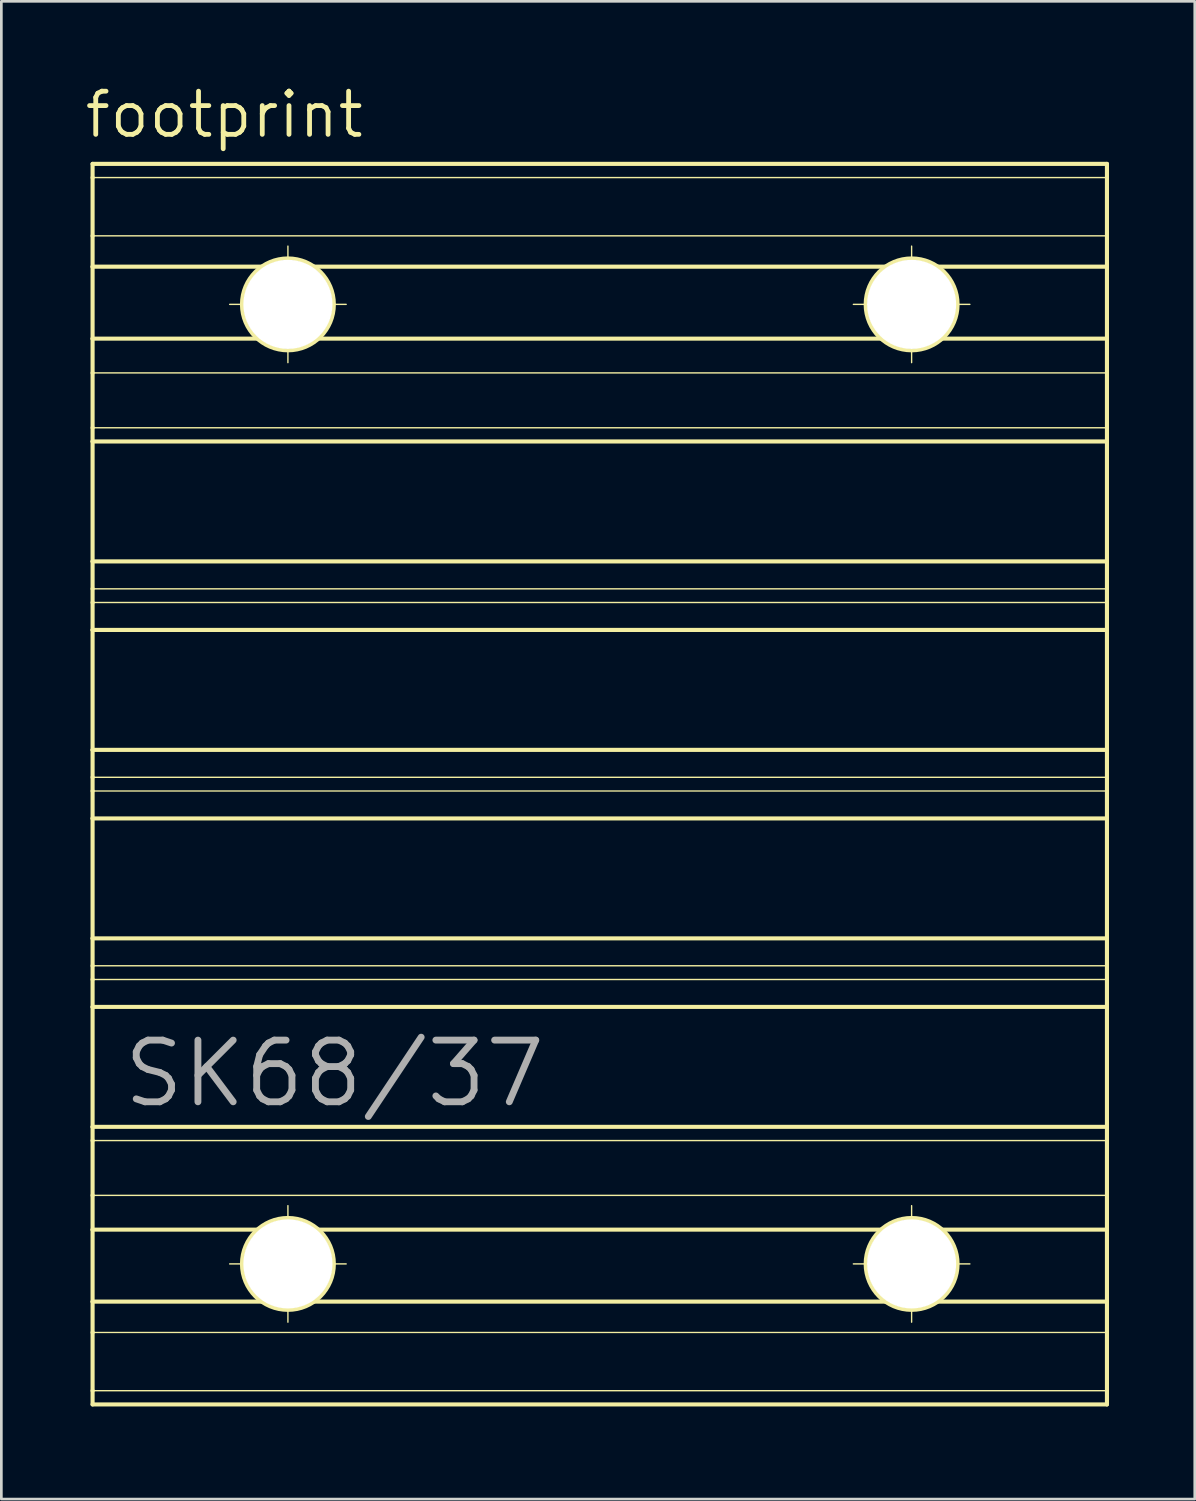
<source format=kicad_pcb>
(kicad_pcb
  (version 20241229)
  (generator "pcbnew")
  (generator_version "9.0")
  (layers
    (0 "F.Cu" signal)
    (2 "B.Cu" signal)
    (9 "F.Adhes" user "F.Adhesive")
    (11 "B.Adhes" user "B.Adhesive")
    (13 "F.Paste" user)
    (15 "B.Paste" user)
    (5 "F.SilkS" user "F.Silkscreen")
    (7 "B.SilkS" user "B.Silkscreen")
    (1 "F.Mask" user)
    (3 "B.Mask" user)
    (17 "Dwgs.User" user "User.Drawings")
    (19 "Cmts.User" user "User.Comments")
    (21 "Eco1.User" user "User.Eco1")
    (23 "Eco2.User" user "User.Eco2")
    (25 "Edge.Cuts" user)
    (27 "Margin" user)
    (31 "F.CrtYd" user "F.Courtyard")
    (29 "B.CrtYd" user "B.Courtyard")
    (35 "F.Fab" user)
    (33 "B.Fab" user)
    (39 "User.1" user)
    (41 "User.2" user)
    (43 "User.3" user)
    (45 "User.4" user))
  (footprint "footprint"
    (layer "F.Cu")
    (at 19.177 26.01)
    (property "Reference" "footprint" (at -19.177 -23.876 0) (layer "F.SilkS") (effects (font (size 1.6 1.6) (thickness 0.178)) (justify left bottom)))
    (fp_line (start -18.796 -22.987) (end -18.796 -22.479) (stroke (width 0.152) (type solid)) (layer "F.SilkS"))
    (fp_line (start -18.796 -22.479) (end -18.796 -20.32) (stroke (width 0.152) (type solid)) (layer "F.SilkS"))
    (fp_line (start -18.796 -22.479) (end 18.796 -22.479) (stroke (width 0.051) (type solid)) (layer "F.SilkS"))
    (fp_line (start -18.796 -20.32) (end -18.796 -19.177) (stroke (width 0.152) (type solid)) (layer "F.SilkS"))
    (fp_line (start -18.796 -20.32) (end 18.796 -20.32) (stroke (width 0.051) (type solid)) (layer "F.SilkS"))
    (fp_line (start -18.796 -19.177) (end -18.796 -16.51) (stroke (width 0.152) (type solid)) (layer "F.SilkS"))
    (fp_line (start -18.796 -19.177) (end 18.796 -19.177) (stroke (width 0.152) (type solid)) (layer "F.SilkS"))
    (fp_line (start -18.796 -16.51) (end -18.796 -15.24) (stroke (width 0.152) (type solid)) (layer "F.SilkS"))
    (fp_line (start -18.796 -16.51) (end 18.796 -16.51) (stroke (width 0.152) (type solid)) (layer "F.SilkS"))
    (fp_line (start -18.796 -15.24) (end -18.796 -13.208) (stroke (width 0.152) (type solid)) (layer "F.SilkS"))
    (fp_line (start -18.796 -15.24) (end 18.796 -15.24) (stroke (width 0.051) (type solid)) (layer "F.SilkS"))
    (fp_line (start -18.796 -13.208) (end -18.796 -12.7) (stroke (width 0.152) (type solid)) (layer "F.SilkS"))
    (fp_line (start -18.796 -13.208) (end 18.796 -13.208) (stroke (width 0.051) (type solid)) (layer "F.SilkS"))
    (fp_line (start -18.796 -12.7) (end -18.796 -8.255) (stroke (width 0.152) (type solid)) (layer "F.SilkS"))
    (fp_line (start -18.796 -12.7) (end 18.796 -12.7) (stroke (width 0.152) (type solid)) (layer "F.SilkS"))
    (fp_line (start -18.796 -8.255) (end -18.796 -7.239) (stroke (width 0.152) (type solid)) (layer "F.SilkS"))
    (fp_line (start -18.796 -8.255) (end 18.796 -8.255) (stroke (width 0.152) (type solid)) (layer "F.SilkS"))
    (fp_line (start -18.796 -7.239) (end -18.796 -6.731) (stroke (width 0.152) (type solid)) (layer "F.SilkS"))
    (fp_line (start -18.796 -6.731) (end -18.796 -5.715) (stroke (width 0.152) (type solid)) (layer "F.SilkS"))
    (fp_line (start -18.796 -6.731) (end 18.796 -6.731) (stroke (width 0.051) (type solid)) (layer "F.SilkS"))
    (fp_line (start -18.796 -5.715) (end -18.796 -1.27) (stroke (width 0.152) (type solid)) (layer "F.SilkS"))
    (fp_line (start -18.796 -5.715) (end 18.796 -5.715) (stroke (width 0.152) (type solid)) (layer "F.SilkS"))
    (fp_line (start -18.796 -1.27) (end -18.796 -0.254) (stroke (width 0.152) (type solid)) (layer "F.SilkS"))
    (fp_line (start -18.796 -1.27) (end 18.796 -1.27) (stroke (width 0.152) (type solid)) (layer "F.SilkS"))
    (fp_line (start -18.796 -0.254) (end -18.796 0.254) (stroke (width 0.152) (type solid)) (layer "F.SilkS"))
    (fp_line (start -18.796 -0.254) (end 18.796 -0.254) (stroke (width 0.051) (type solid)) (layer "F.SilkS"))
    (fp_line (start -18.796 0.254) (end -18.796 1.27) (stroke (width 0.152) (type solid)) (layer "F.SilkS"))
    (fp_line (start -18.796 0.254) (end 18.796 0.254) (stroke (width 0.051) (type solid)) (layer "F.SilkS"))
    (fp_line (start -18.796 1.27) (end -18.796 5.715) (stroke (width 0.152) (type solid)) (layer "F.SilkS"))
    (fp_line (start -18.796 1.27) (end 18.796 1.27) (stroke (width 0.152) (type solid)) (layer "F.SilkS"))
    (fp_line (start -18.796 5.715) (end -18.796 6.731) (stroke (width 0.152) (type solid)) (layer "F.SilkS"))
    (fp_line (start -18.796 5.715) (end 18.796 5.715) (stroke (width 0.152) (type solid)) (layer "F.SilkS"))
    (fp_line (start -18.796 6.731) (end -18.796 7.239) (stroke (width 0.152) (type solid)) (layer "F.SilkS"))
    (fp_line (start -18.796 6.731) (end 18.796 6.731) (stroke (width 0.051) (type solid)) (layer "F.SilkS"))
    (fp_line (start -18.796 7.239) (end -18.796 8.255) (stroke (width 0.152) (type solid)) (layer "F.SilkS"))
    (fp_line (start -18.796 7.239) (end 18.796 7.239) (stroke (width 0.051) (type solid)) (layer "F.SilkS"))
    (fp_line (start -18.796 8.255) (end -18.796 12.7) (stroke (width 0.152) (type solid)) (layer "F.SilkS"))
    (fp_line (start -18.796 8.255) (end 18.796 8.255) (stroke (width 0.152) (type solid)) (layer "F.SilkS"))
    (fp_line (start -18.796 12.7) (end -18.796 13.208) (stroke (width 0.152) (type solid)) (layer "F.SilkS"))
    (fp_line (start -18.796 13.208) (end -18.796 15.24) (stroke (width 0.152) (type solid)) (layer "F.SilkS"))
    (fp_line (start -18.796 15.24) (end -18.796 16.51) (stroke (width 0.152) (type solid)) (layer "F.SilkS"))
    (fp_line (start -18.796 16.51) (end -18.796 19.177) (stroke (width 0.152) (type solid)) (layer "F.SilkS"))
    (fp_line (start -18.796 19.177) (end -18.796 20.32) (stroke (width 0.152) (type solid)) (layer "F.SilkS"))
    (fp_line (start -18.796 20.32) (end -18.796 22.479) (stroke (width 0.152) (type solid)) (layer "F.SilkS"))
    (fp_line (start -18.796 22.479) (end -18.796 22.987) (stroke (width 0.152) (type solid)) (layer "F.SilkS"))
    (fp_line (start -18.796 22.987) (end 18.796 22.987) (stroke (width 0.152) (type solid)) (layer "F.SilkS"))
    (fp_line (start -13.716 -17.78) (end -9.398 -17.78) (stroke (width 0.051) (type solid)) (layer "F.SilkS"))
    (fp_line (start -13.716 17.78) (end -9.398 17.78) (stroke (width 0.051) (type solid)) (layer "F.SilkS"))
    (fp_line (start -11.557 -19.939) (end -11.557 -15.621) (stroke (width 0.051) (type solid)) (layer "F.SilkS"))
    (fp_line (start -11.557 15.621) (end -11.557 19.939) (stroke (width 0.051) (type solid)) (layer "F.SilkS"))
    (fp_line (start 9.398 -17.78) (end 13.716 -17.78) (stroke (width 0.051) (type solid)) (layer "F.SilkS"))
    (fp_line (start 9.398 17.78) (end 13.716 17.78) (stroke (width 0.051) (type solid)) (layer "F.SilkS"))
    (fp_line (start 11.557 -19.939) (end 11.557 -15.621) (stroke (width 0.051) (type solid)) (layer "F.SilkS"))
    (fp_line (start 11.557 15.621) (end 11.557 19.939) (stroke (width 0.051) (type solid)) (layer "F.SilkS"))
    (fp_line (start 18.796 -22.987) (end -18.796 -22.987) (stroke (width 0.152) (type solid)) (layer "F.SilkS"))
    (fp_line (start 18.796 -22.479) (end 18.796 -22.987) (stroke (width 0.152) (type solid)) (layer "F.SilkS"))
    (fp_line (start 18.796 -20.32) (end 18.796 -22.479) (stroke (width 0.152) (type solid)) (layer "F.SilkS"))
    (fp_line (start 18.796 -19.177) (end 18.796 -20.32) (stroke (width 0.152) (type solid)) (layer "F.SilkS"))
    (fp_line (start 18.796 -19.177) (end 18.796 -16.51) (stroke (width 0.152) (type solid)) (layer "F.SilkS"))
    (fp_line (start 18.796 -15.24) (end 18.796 -16.51) (stroke (width 0.152) (type solid)) (layer "F.SilkS"))
    (fp_line (start 18.796 -15.24) (end 18.796 -13.208) (stroke (width 0.152) (type solid)) (layer "F.SilkS"))
    (fp_line (start 18.796 -12.7) (end 18.796 -13.208) (stroke (width 0.152) (type solid)) (layer "F.SilkS"))
    (fp_line (start 18.796 -12.7) (end 18.796 -8.255) (stroke (width 0.152) (type solid)) (layer "F.SilkS"))
    (fp_line (start 18.796 -8.255) (end 18.796 -7.239) (stroke (width 0.152) (type solid)) (layer "F.SilkS"))
    (fp_line (start 18.796 -7.239) (end -18.796 -7.239) (stroke (width 0.051) (type solid)) (layer "F.SilkS"))
    (fp_line (start 18.796 -7.239) (end 18.796 -6.731) (stroke (width 0.152) (type solid)) (layer "F.SilkS"))
    (fp_line (start 18.796 -5.715) (end 18.796 -6.731) (stroke (width 0.152) (type solid)) (layer "F.SilkS"))
    (fp_line (start 18.796 -5.715) (end 18.796 -1.27) (stroke (width 0.152) (type solid)) (layer "F.SilkS"))
    (fp_line (start 18.796 -0.254) (end 18.796 -1.27) (stroke (width 0.152) (type solid)) (layer "F.SilkS"))
    (fp_line (start 18.796 -0.254) (end 18.796 0.254) (stroke (width 0.152) (type solid)) (layer "F.SilkS"))
    (fp_line (start 18.796 1.27) (end 18.796 0.254) (stroke (width 0.152) (type solid)) (layer "F.SilkS"))
    (fp_line (start 18.796 1.27) (end 18.796 5.715) (stroke (width 0.152) (type solid)) (layer "F.SilkS"))
    (fp_line (start 18.796 6.731) (end 18.796 5.715) (stroke (width 0.152) (type solid)) (layer "F.SilkS"))
    (fp_line (start 18.796 6.731) (end 18.796 7.239) (stroke (width 0.152) (type solid)) (layer "F.SilkS"))
    (fp_line (start 18.796 8.255) (end 18.796 7.239) (stroke (width 0.152) (type solid)) (layer "F.SilkS"))
    (fp_line (start 18.796 12.7) (end -18.796 12.7) (stroke (width 0.152) (type solid)) (layer "F.SilkS"))
    (fp_line (start 18.796 12.7) (end 18.796 8.255) (stroke (width 0.152) (type solid)) (layer "F.SilkS"))
    (fp_line (start 18.796 12.7) (end 18.796 13.208) (stroke (width 0.152) (type solid)) (layer "F.SilkS"))
    (fp_line (start 18.796 13.208) (end -18.796 13.208) (stroke (width 0.051) (type solid)) (layer "F.SilkS"))
    (fp_line (start 18.796 13.208) (end 18.796 15.24) (stroke (width 0.152) (type solid)) (layer "F.SilkS"))
    (fp_line (start 18.796 15.24) (end -18.796 15.24) (stroke (width 0.051) (type solid)) (layer "F.SilkS"))
    (fp_line (start 18.796 15.24) (end 18.796 16.51) (stroke (width 0.152) (type solid)) (layer "F.SilkS"))
    (fp_line (start 18.796 16.51) (end -18.796 16.51) (stroke (width 0.152) (type solid)) (layer "F.SilkS"))
    (fp_line (start 18.796 16.51) (end 18.796 19.177) (stroke (width 0.152) (type solid)) (layer "F.SilkS"))
    (fp_line (start 18.796 19.177) (end -18.796 19.177) (stroke (width 0.152) (type solid)) (layer "F.SilkS"))
    (fp_line (start 18.796 19.177) (end 18.796 20.32) (stroke (width 0.152) (type solid)) (layer "F.SilkS"))
    (fp_line (start 18.796 20.32) (end -18.796 20.32) (stroke (width 0.051) (type solid)) (layer "F.SilkS"))
    (fp_line (start 18.796 20.32) (end 18.796 22.479) (stroke (width 0.152) (type solid)) (layer "F.SilkS"))
    (fp_line (start 18.796 22.479) (end -18.796 22.479) (stroke (width 0.051) (type solid)) (layer "F.SilkS"))
    (fp_line (start 18.796 22.479) (end 18.796 22.987) (stroke (width 0.152) (type solid)) (layer "F.SilkS"))
    (fp_circle (center -11.557 -17.78) (end -9.855 -17.78) (stroke (width 0.152) (type solid)) (fill no) (layer "F.SilkS"))
    (fp_circle (center -11.557 17.78) (end -9.855 17.78) (stroke (width 0.152) (type solid)) (fill no) (layer "F.SilkS"))
    (fp_circle (center 11.557 -17.78) (end 13.259 -17.78) (stroke (width 0.152) (type solid)) (fill no) (layer "F.SilkS"))
    (fp_circle (center 11.557 17.78) (end 13.259 17.78) (stroke (width 0.152) (type solid)) (fill no) (layer "F.SilkS"))
    (fp_text user "SK68/37" (at -17.78 12.065 0) (layer "F.Fab") (effects (font (size 2.286 2.286) (thickness 0.254)) (justify left bottom)))
    (pad "" np_thru_hole circle (at -11.557 -17.78) (size 3.302 3.302) (drill 3.302) (layers "*.Cu" "*.Mask"))
    (pad "" np_thru_hole circle (at -11.557 17.78) (size 3.302 3.302) (drill 3.302) (layers "*.Cu" "*.Mask"))
    (pad "" np_thru_hole circle (at 11.557 -17.78) (size 3.302 3.302) (drill 3.302) (layers "*.Cu" "*.Mask"))
    (pad "" np_thru_hole circle (at 11.557 17.78) (size 3.302 3.302) (drill 3.302) (layers "*.Cu" "*.Mask"))
    (zone (net_name "") (layer "F.Cu") (hatch edge 0.508) (connect_pads) (min_thickness 0.254) (filled_areas_thickness no) (keepout (tracks not_allowed) (vias not_allowed) (pads not_allowed) (copperpour not_allowed) (footprints allowed)) (placement (enabled no)) (fill) (polygon (pts (xy 0.127 49.505) (xy 38.227 49.505) (xy 38.227 2.515) (xy 0.127 2.515))))
    (zone (net_name "") (layers "F.Cu" "B.Cu") (hatch edge 0.508) (connect_pads) (min_thickness 0.254) (filled_areas_thickness no) (keepout (tracks allowed) (vias not_allowed) (pads allowed) (copperpour allowed) (footprints allowed)) (placement (enabled no)) (fill) (polygon (pts (xy 0.127 49.505) (xy 38.227 49.505) (xy 38.227 2.515) (xy 0.127 2.515))))
    (zone (net_name "") (layer "B.Cu") (hatch edge 0.508) (connect_pads) (min_thickness 0.254) (filled_areas_thickness no) (keepout (tracks not_allowed) (vias not_allowed) (pads not_allowed) (copperpour not_allowed) (footprints allowed)) (placement (enabled no)) (fill) (polygon (pts (xy 11.43 8.23) (xy 11.372 7.568) (xy 11.2 6.927) (xy 10.92 6.325) (xy 10.539 5.781) (xy 10.069 5.311) (xy 9.525 4.93) (xy 8.923 4.649) (xy 8.282 4.477) (xy 7.62 4.42) (xy 6.958 4.477) (xy 6.317 4.649) (xy 5.715 4.93) (xy 5.171 5.311) (xy 4.701 5.781) (xy 4.32 6.325) (xy 4.04 6.927) (xy 3.868 7.568) (xy 3.81 8.23) (xy 3.868 8.891) (xy 4.04 9.533) (xy 4.32 10.135) (xy 4.701 10.679) (xy 5.171 11.148) (xy 5.715 11.529) (xy 6.317 11.81) (xy 6.958 11.982) (xy 7.62 12.04) (xy 8.282 11.982) (xy 8.923 11.81) (xy 9.525 11.529) (xy 10.069 11.148) (xy 10.539 10.679) (xy 10.92 10.135) (xy 11.2 9.533) (xy 11.372 8.891))))
    (zone (net_name "") (layer "B.Cu") (hatch edge 0.508) (connect_pads) (min_thickness 0.254) (filled_areas_thickness no) (keepout (tracks not_allowed) (vias not_allowed) (pads not_allowed) (copperpour not_allowed) (footprints allowed)) (placement (enabled no)) (fill) (polygon (pts (xy 11.43 43.79) (xy 11.372 43.128) (xy 11.2 42.487) (xy 10.92 41.885) (xy 10.539 41.341) (xy 10.069 40.871) (xy 9.525 40.49) (xy 8.923 40.209) (xy 8.282 40.037) (xy 7.62 39.98) (xy 6.958 40.037) (xy 6.317 40.209) (xy 5.715 40.49) (xy 5.171 40.871) (xy 4.701 41.341) (xy 4.32 41.885) (xy 4.04 42.487) (xy 3.868 43.128) (xy 3.81 43.79) (xy 3.868 44.451) (xy 4.04 45.093) (xy 4.32 45.695) (xy 4.701 46.239) (xy 5.171 46.708) (xy 5.715 47.089) (xy 6.317 47.37) (xy 6.958 47.542) (xy 7.62 47.6) (xy 8.282 47.542) (xy 8.923 47.37) (xy 9.525 47.089) (xy 10.069 46.708) (xy 10.539 46.239) (xy 10.92 45.695) (xy 11.2 45.093) (xy 11.372 44.451))))
    (zone (net_name "") (layer "B.Cu") (hatch edge 0.508) (connect_pads) (min_thickness 0.254) (filled_areas_thickness no) (keepout (tracks not_allowed) (vias not_allowed) (pads not_allowed) (copperpour not_allowed) (footprints allowed)) (placement (enabled no)) (fill) (polygon (pts (xy 34.544 8.23) (xy 34.486 7.568) (xy 34.314 6.927) (xy 34.034 6.325) (xy 33.653 5.781) (xy 33.183 5.311) (xy 32.639 4.93) (xy 32.037 4.649) (xy 31.396 4.477) (xy 30.734 4.42) (xy 30.072 4.477) (xy 29.431 4.649) (xy 28.829 4.93) (xy 28.285 5.311) (xy 27.815 5.781) (xy 27.434 6.325) (xy 27.154 6.927) (xy 26.982 7.568) (xy 26.924 8.23) (xy 26.982 8.891) (xy 27.154 9.533) (xy 27.434 10.135) (xy 27.815 10.679) (xy 28.285 11.148) (xy 28.829 11.529) (xy 29.431 11.81) (xy 30.072 11.982) (xy 30.734 12.04) (xy 31.396 11.982) (xy 32.037 11.81) (xy 32.639 11.529) (xy 33.183 11.148) (xy 33.653 10.679) (xy 34.034 10.135) (xy 34.314 9.533) (xy 34.486 8.891))))
    (zone (net_name "") (layer "B.Cu") (hatch edge 0.508) (connect_pads) (min_thickness 0.254) (filled_areas_thickness no) (keepout (tracks not_allowed) (vias not_allowed) (pads not_allowed) (copperpour not_allowed) (footprints allowed)) (placement (enabled no)) (fill) (polygon (pts (xy 34.544 43.79) (xy 34.486 43.128) (xy 34.314 42.487) (xy 34.034 41.885) (xy 33.653 41.341) (xy 33.183 40.871) (xy 32.639 40.49) (xy 32.037 40.209) (xy 31.396 40.037) (xy 30.734 39.98) (xy 30.072 40.037) (xy 29.431 40.209) (xy 28.829 40.49) (xy 28.285 40.871) (xy 27.815 41.341) (xy 27.434 41.885) (xy 27.154 42.487) (xy 26.982 43.128) (xy 26.924 43.79) (xy 26.982 44.451) (xy 27.154 45.093) (xy 27.434 45.695) (xy 27.815 46.239) (xy 28.285 46.708) (xy 28.829 47.089) (xy 29.431 47.37) (xy 30.072 47.542) (xy 30.734 47.6) (xy 31.396 47.542) (xy 32.037 47.37) (xy 32.639 47.089) (xy 33.183 46.708) (xy 33.653 46.239) (xy 34.034 45.695) (xy 34.314 45.093) (xy 34.486 44.451)))))
  (gr_rect
    (start -3 -3)
    (end 41.227 52.505)
    (stroke (width 0.1) (type default))
    (fill no)
    (layer "Edge.Cuts")))
</source>
